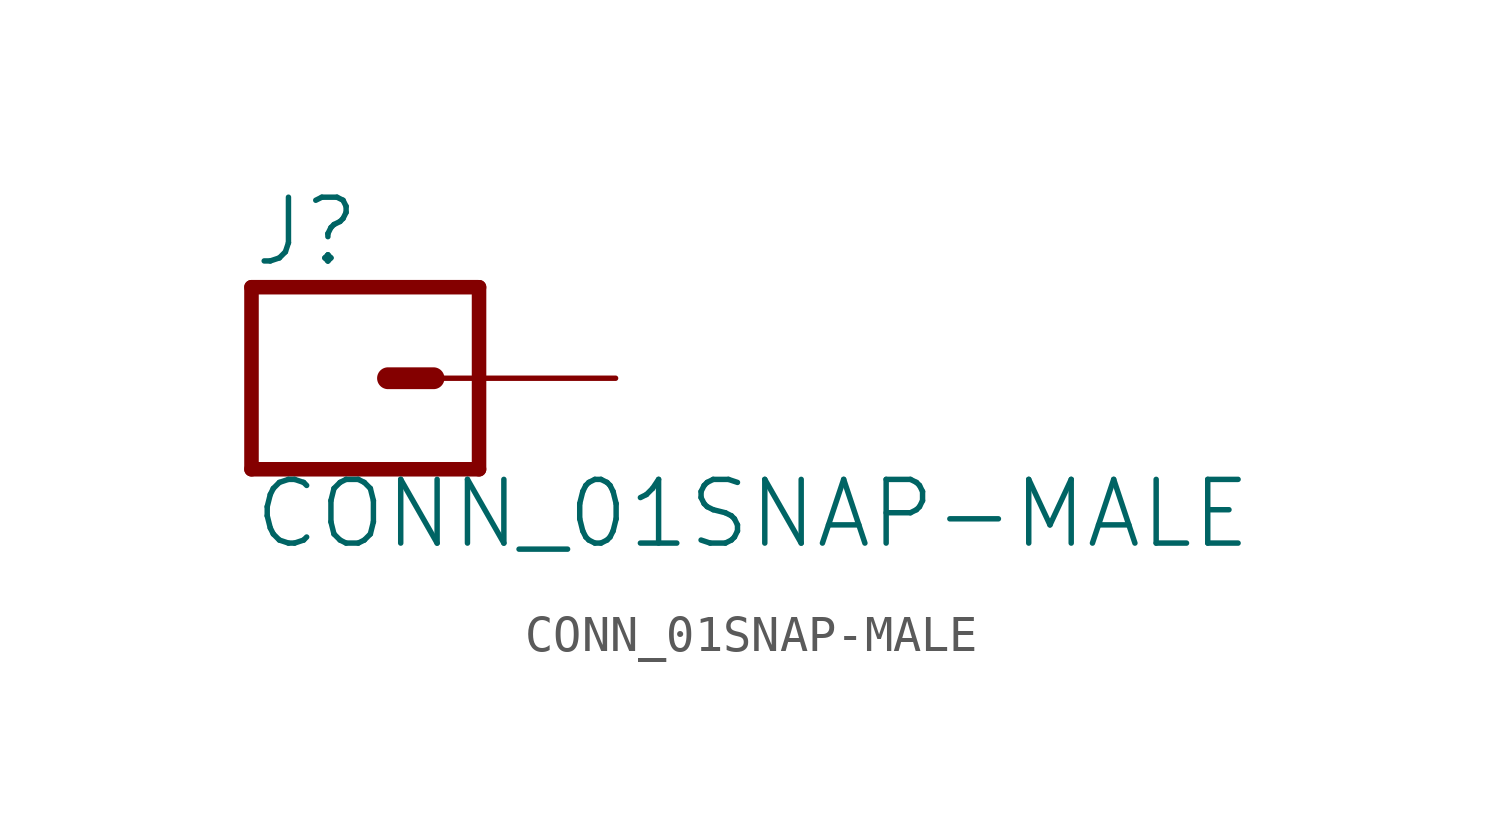
<source format=kicad_sym>
(kicad_symbol_lib
  (version 20211014)
  (generator kicad_symbol_editor)
  (symbol "CONN_01SNAP-MALE"
    (property "Reference" "J"
      (at -2.54 3.048 0)
      (effects (font (size 1.778 1.778)) (justify left bottom)))
    (property "Value" "CONN_01SNAP-MALE"
      (at -2.54 -4.826 0)
      (effects (font (size 1.778 1.778)) (justify left bottom)))
    (property "ki_locked" ""
      (at 0 0 0)
      (effects (font (size 1.27 1.27))))
    (symbol "CONN_01SNAP-MALE_1_0"
      (polyline (pts (xy -2.54 2.54) (xy -2.54 -2.54)) (stroke (width 0.406) (type default) (color 0 0 0 0)) (fill (type none)))
      (polyline (pts (xy -2.54 2.54) (xy 3.81 2.54)) (stroke (width 0.406) (type default) (color 0 0 0 0)) (fill (type none)))
      (polyline (pts (xy 1.27 0) (xy 2.54 0)) (stroke (width 0.61) (type default) (color 0 0 0 0)) (fill (type none)))
      (polyline (pts (xy 3.81 -2.54) (xy -2.54 -2.54)) (stroke (width 0.406) (type default) (color 0 0 0 0)) (fill (type none)))
      (polyline (pts (xy 3.81 -2.54) (xy 3.81 2.54)) (stroke (width 0.406) (type default) (color 0 0 0 0)) (fill (type none)))
      (pin passive line (at 7.62 0 180) (length 5.08) (name "1" (effects (font (size 0 0)))) (number "2" (effects (font (size 0 0))))))))
</source>
